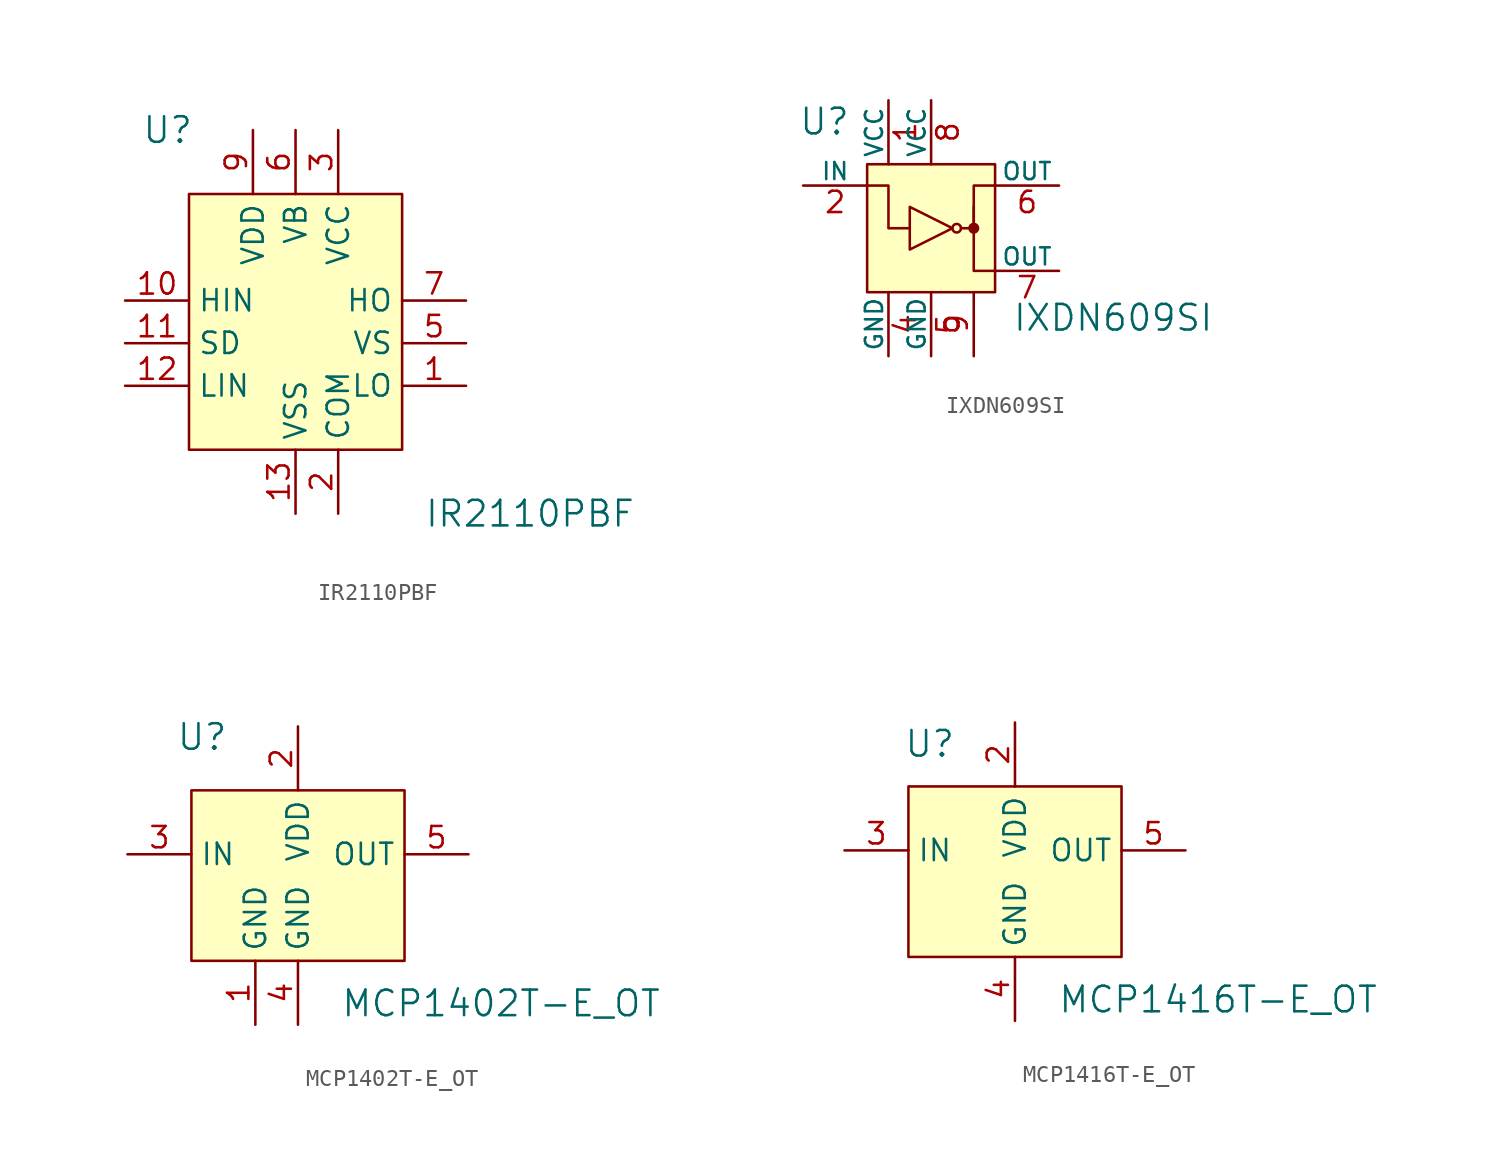
<source format=kicad_sym>
(kicad_symbol_lib
  (version 20231120)
  (generator "kicad_symbol_editor")
  (generator_version "8.0")
  (symbol "IR2110PBF"
    (property "Reference" "U"
      (at -7.62 10.16 0)
      (effects (font (size 1.524 1.524))))
    (property "Value" "IR2110PBF"
      (at 13.97 -12.7 0)
      (effects (font (size 1.524 1.524))))
    (symbol "IR2110PBF_0_1"
      (rectangle (start -6.35 6.35) (end 6.35 -8.89) (stroke (width 0) (type solid)) (fill (type background))))
    (symbol "IR2110PBF_1_1"
      (pin output line (at 10.16 -5.08 180) (length 3.81) (name "LO" (effects (font (size 1.27 1.27)))) (number "1" (effects (font (size 1.27 1.27)))))
      (pin input line (at -10.16 0 0) (length 3.81) (name "HIN" (effects (font (size 1.27 1.27)))) (number "10" (effects (font (size 1.27 1.27)))))
      (pin input line (at -10.16 -2.54 0) (length 3.81) (name "SD" (effects (font (size 1.27 1.27)))) (number "11" (effects (font (size 1.27 1.27)))))
      (pin input line (at -10.16 -5.08 0) (length 3.81) (name "LIN" (effects (font (size 1.27 1.27)))) (number "12" (effects (font (size 1.27 1.27)))))
      (pin power_in line (at 0 -12.7 90) (length 3.81) (name "VSS" (effects (font (size 1.27 1.27)))) (number "13" (effects (font (size 1.27 1.27)))))
      (pin no_connect line (at -7.62 -8.89 0) (length 3.81) hide (name "NC" (effects (font (size 1.27 1.27)))) (number "14" (effects (font (size 1.27 1.27)))))
      (pin power_in line (at 2.54 -12.7 90) (length 3.81) (name "COM" (effects (font (size 1.27 1.27)))) (number "2" (effects (font (size 1.27 1.27)))))
      (pin power_in line (at 2.54 10.16 270) (length 3.81) (name "VCC" (effects (font (size 1.27 1.27)))) (number "3" (effects (font (size 1.27 1.27)))))
      (pin no_connect line (at -7.62 -6.35 0) (length 3.81) hide (name "NC" (effects (font (size 1.27 1.27)))) (number "4" (effects (font (size 1.27 1.27)))))
      (pin power_in line (at 10.16 -2.54 180) (length 3.81) (name "VS" (effects (font (size 1.27 1.27)))) (number "5" (effects (font (size 1.27 1.27)))))
      (pin power_in line (at 0 10.16 270) (length 3.81) (name "VB" (effects (font (size 1.27 1.27)))) (number "6" (effects (font (size 1.27 1.27)))))
      (pin output line (at 10.16 0 180) (length 3.81) (name "HO" (effects (font (size 1.27 1.27)))) (number "7" (effects (font (size 1.27 1.27)))))
      (pin no_connect line (at -7.62 -7.62 0) (length 3.81) hide (name "NC" (effects (font (size 1.27 1.27)))) (number "8" (effects (font (size 1.27 1.27)))))
      (pin power_in line (at -2.54 10.16 270) (length 3.81) (name "VDD" (effects (font (size 1.27 1.27)))) (number "9" (effects (font (size 1.27 1.27)))))))
  (symbol "IXDN609SI"
    (pin_names
      (offset 0))
    (property "Reference" "U"
      (at -6.35 6.35 0)
      (effects (font (size 1.524 1.524))))
    (property "Value" "IXDN609SI"
      (at 4.826 -5.334 0)
      (effects (font (size 1.524 1.524)) (justify left)))
    (symbol "IXDN609SI_0_1"
      (rectangle (start -3.81 3.81) (end 3.81 -3.81) (stroke (width 0) (type solid)) (fill (type background)))
      (polyline (pts (xy 2.54 1.27) (xy 2.54 -2.54) (xy 3.81 -2.54)) (stroke (width 0) (type solid)) (fill (type none)))
      (polyline (pts (xy -3.81 2.54) (xy -2.54 2.54) (xy -2.54 0) (xy -1.27 0)) (stroke (width 0) (type solid)) (fill (type none)))
      (polyline (pts (xy -1.27 1.27) (xy -1.27 -1.27) (xy 1.27 0) (xy -1.27 1.27)) (stroke (width 0) (type solid)) (fill (type none)))
      (polyline (pts (xy 1.778 0) (xy 2.54 0) (xy 2.54 2.54) (xy 3.81 2.54)) (stroke (width 0) (type solid)) (fill (type none)))
      (circle (center 1.524 0) (radius 0.254) (stroke (width 0) (type solid)) (fill (type none)))
      (circle (center 2.54 0) (radius 0.254) (stroke (width 0) (type solid)) (fill (type outline))))
    (symbol "IXDN609SI_1_1"
      (pin power_in line (at -2.54 7.62 270) (length 3.81) (name "VCC" (effects (font (size 1.016 1.016)))) (number "1" (effects (font (size 1.27 1.27)))))
      (pin input line (at -7.62 2.54 0) (length 3.81) (name "IN" (effects (font (size 1.016 1.016)))) (number "2" (effects (font (size 1.27 1.27)))))
      (pin no_connect line (at -3.81 -2.54 0) (length 3.81) hide (name "NC" (effects (font (size 1.016 1.016)))) (number "3" (effects (font (size 1.27 1.27)))))
      (pin power_in line (at -2.54 -7.62 90) (length 3.81) (name "GND" (effects (font (size 1.016 1.016)))) (number "4" (effects (font (size 1.27 1.27)))))
      (pin power_in line (at 0 -7.62 90) (length 3.81) (name "GND" (effects (font (size 1.016 1.016)))) (number "5" (effects (font (size 1.27 1.27)))))
      (pin output line (at 7.62 2.54 180) (length 3.81) (name "OUT" (effects (font (size 1.016 1.016)))) (number "6" (effects (font (size 1.27 1.27)))))
      (pin output line (at 7.62 -2.54 180) (length 3.81) (name "OUT" (effects (font (size 1.016 1.016)))) (number "7" (effects (font (size 1.27 1.27)))))
      (pin power_in line (at 0 7.62 270) (length 3.81) (name "VCC" (effects (font (size 1.016 1.016)))) (number "8" (effects (font (size 1.27 1.27)))))
      (pin unspecified line (at 2.54 -7.62 90) (length 3.81) (name "~" (effects (font (size 1.016 1.016)))) (number "9" (effects (font (size 1.27 1.27)))))))
  (symbol "MCP1402T-E_OT"
    (property "Reference" "U"
      (at -5.715 6.985 0)
      (effects (font (size 1.524 1.524))))
    (property "Value" "MCP1402T-E_OT"
      (at 2.54 -8.89 0)
      (effects (font (size 1.524 1.524)) (justify left)))
    (symbol "MCP1402T-E_OT_0_1"
      (rectangle (start -6.35 3.81) (end 6.35 -6.35) (stroke (width 0) (type solid)) (fill (type background))))
    (symbol "MCP1402T-E_OT_1_1"
      (pin power_in line (at -2.54 -10.16 90) (length 3.81) (name "GND" (effects (font (size 1.27 1.27)))) (number "1" (effects (font (size 1.27 1.27)))))
      (pin power_in line (at 0 7.62 270) (length 3.81) (name "VDD" (effects (font (size 1.27 1.27)))) (number "2" (effects (font (size 1.27 1.27)))))
      (pin input line (at -10.16 0 0) (length 3.81) (name "IN" (effects (font (size 1.27 1.27)))) (number "3" (effects (font (size 1.27 1.27)))))
      (pin power_in line (at 0 -10.16 90) (length 3.81) (name "GND" (effects (font (size 1.27 1.27)))) (number "4" (effects (font (size 1.27 1.27)))))
      (pin output line (at 10.16 0 180) (length 3.81) (name "OUT" (effects (font (size 1.27 1.27)))) (number "5" (effects (font (size 1.27 1.27)))))))
  (symbol "MCP1416T-E_OT"
    (property "Reference" "U"
      (at -5.08 8.89 0)
      (effects (font (size 1.524 1.524))))
    (property "Value" "MCP1416T-E_OT"
      (at 2.54 -6.35 0)
      (effects (font (size 1.524 1.524)) (justify left)))
    (symbol "MCP1416T-E_OT_0_1"
      (rectangle (start -6.35 6.35) (end 6.35 -3.81) (stroke (width 0) (type solid)) (fill (type background))))
    (symbol "MCP1416T-E_OT_1_1"
      (pin no_connect line (at -6.35 -1.27 0) (length 3.81) hide (name "NC" (effects (font (size 1.27 1.27)))) (number "1" (effects (font (size 1.27 1.27)))))
      (pin power_in line (at 0 10.16 270) (length 3.81) (name "VDD" (effects (font (size 1.27 1.27)))) (number "2" (effects (font (size 1.27 1.27)))))
      (pin input line (at -10.16 2.54 0) (length 3.81) (name "IN" (effects (font (size 1.27 1.27)))) (number "3" (effects (font (size 1.27 1.27)))))
      (pin power_in line (at 0 -7.62 90) (length 3.81) (name "GND" (effects (font (size 1.27 1.27)))) (number "4" (effects (font (size 1.27 1.27)))))
      (pin output line (at 10.16 2.54 180) (length 3.81) (name "OUT" (effects (font (size 1.27 1.27)))) (number "5" (effects (font (size 1.27 1.27))))))))
</source>
